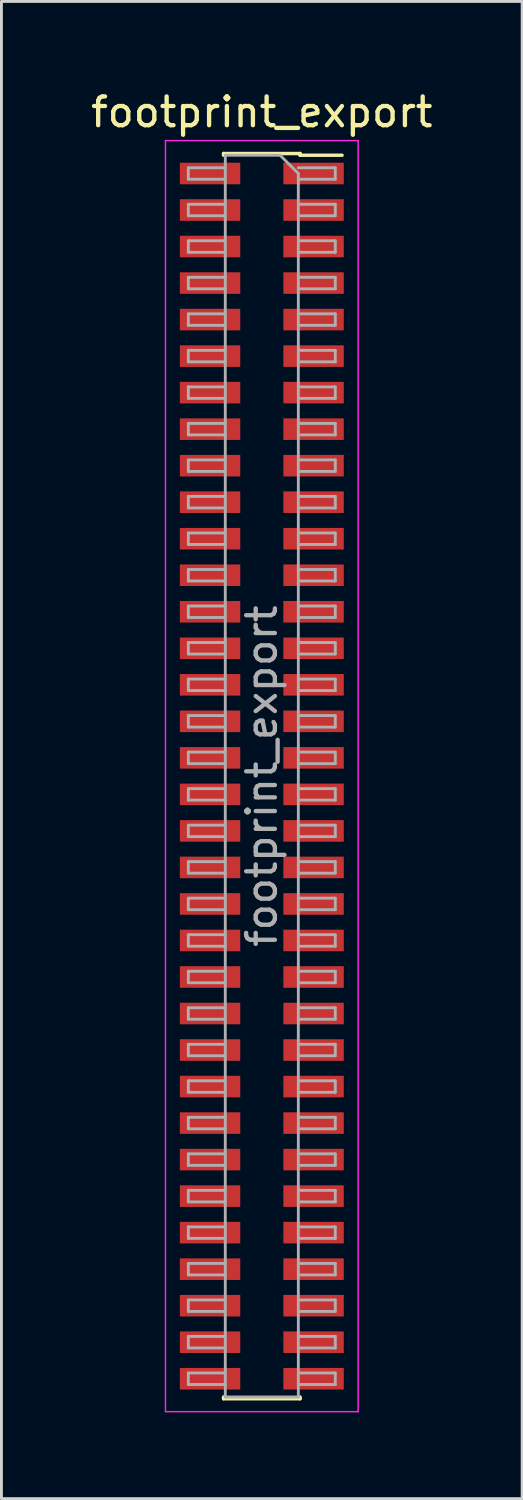
<source format=kicad_pcb>
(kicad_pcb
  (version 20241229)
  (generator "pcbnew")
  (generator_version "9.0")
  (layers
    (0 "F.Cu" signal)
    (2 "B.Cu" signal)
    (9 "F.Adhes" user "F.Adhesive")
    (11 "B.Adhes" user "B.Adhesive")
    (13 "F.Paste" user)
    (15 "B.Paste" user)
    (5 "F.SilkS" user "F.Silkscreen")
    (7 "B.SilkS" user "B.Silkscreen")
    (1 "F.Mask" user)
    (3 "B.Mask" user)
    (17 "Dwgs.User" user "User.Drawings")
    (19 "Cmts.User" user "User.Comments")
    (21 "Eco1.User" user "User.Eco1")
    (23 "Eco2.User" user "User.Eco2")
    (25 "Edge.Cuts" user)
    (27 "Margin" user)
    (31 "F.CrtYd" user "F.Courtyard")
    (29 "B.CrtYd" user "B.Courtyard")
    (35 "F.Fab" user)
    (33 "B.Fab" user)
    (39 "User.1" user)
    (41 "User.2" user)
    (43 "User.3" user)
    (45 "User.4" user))
  (footprint "footprint_export"
    (layer "F.Cu")
    (at 6.054 23.938)
    (property "Reference" "footprint_export" (at 0 -23.09 0) (layer "F.SilkS") (effects (font (size 1 1) (thickness 0.15))))
    (attr smd)
    (fp_line (start -1.33 -21.65) (end -1.33 -21.59) (stroke (width 0.12) (type solid)) (layer "F.SilkS"))
    (fp_line (start -1.33 -21.65) (end 1.33 -21.65) (stroke (width 0.12) (type solid)) (layer "F.SilkS"))
    (fp_line (start -1.33 21.59) (end -1.33 21.65) (stroke (width 0.12) (type solid)) (layer "F.SilkS"))
    (fp_line (start -1.33 21.65) (end 1.33 21.65) (stroke (width 0.12) (type solid)) (layer "F.SilkS"))
    (fp_line (start 1.33 -21.65) (end 1.33 -21.59) (stroke (width 0.12) (type solid)) (layer "F.SilkS"))
    (fp_line (start 1.33 -21.59) (end 2.79 -21.59) (stroke (width 0.12) (type solid)) (layer "F.SilkS"))
    (fp_line (start 1.33 21.59) (end 1.33 21.65) (stroke (width 0.12) (type solid)) (layer "F.SilkS"))
    (fp_line (start -3.35 -22.1) (end 3.35 -22.1) (stroke (width 0.05) (type solid)) (layer "F.CrtYd"))
    (fp_line (start -3.35 22.1) (end -3.35 -22.1) (stroke (width 0.05) (type solid)) (layer "F.CrtYd"))
    (fp_line (start 3.35 -22.1) (end 3.35 22.1) (stroke (width 0.05) (type solid)) (layer "F.CrtYd"))
    (fp_line (start 3.35 22.1) (end -3.35 22.1) (stroke (width 0.05) (type solid)) (layer "F.CrtYd"))
    (fp_line (start -2.555 -21.155) (end -1.27 -21.155) (stroke (width 0.1) (type solid)) (layer "F.Fab"))
    (fp_line (start -2.555 -20.755) (end -2.555 -21.155) (stroke (width 0.1) (type solid)) (layer "F.Fab"))
    (fp_line (start -2.555 -19.885) (end -1.27 -19.885) (stroke (width 0.1) (type solid)) (layer "F.Fab"))
    (fp_line (start -2.555 -19.485) (end -2.555 -19.885) (stroke (width 0.1) (type solid)) (layer "F.Fab"))
    (fp_line (start -2.555 -18.615) (end -1.27 -18.615) (stroke (width 0.1) (type solid)) (layer "F.Fab"))
    (fp_line (start -2.555 -18.215) (end -2.555 -18.615) (stroke (width 0.1) (type solid)) (layer "F.Fab"))
    (fp_line (start -2.555 -17.345) (end -1.27 -17.345) (stroke (width 0.1) (type solid)) (layer "F.Fab"))
    (fp_line (start -2.555 -16.945) (end -2.555 -17.345) (stroke (width 0.1) (type solid)) (layer "F.Fab"))
    (fp_line (start -2.555 -16.075) (end -1.27 -16.075) (stroke (width 0.1) (type solid)) (layer "F.Fab"))
    (fp_line (start -2.555 -15.675) (end -2.555 -16.075) (stroke (width 0.1) (type solid)) (layer "F.Fab"))
    (fp_line (start -2.555 -14.805) (end -1.27 -14.805) (stroke (width 0.1) (type solid)) (layer "F.Fab"))
    (fp_line (start -2.555 -14.405) (end -2.555 -14.805) (stroke (width 0.1) (type solid)) (layer "F.Fab"))
    (fp_line (start -2.555 -13.535) (end -1.27 -13.535) (stroke (width 0.1) (type solid)) (layer "F.Fab"))
    (fp_line (start -2.555 -13.135) (end -2.555 -13.535) (stroke (width 0.1) (type solid)) (layer "F.Fab"))
    (fp_line (start -2.555 -12.265) (end -1.27 -12.265) (stroke (width 0.1) (type solid)) (layer "F.Fab"))
    (fp_line (start -2.555 -11.865) (end -2.555 -12.265) (stroke (width 0.1) (type solid)) (layer "F.Fab"))
    (fp_line (start -2.555 -10.995) (end -1.27 -10.995) (stroke (width 0.1) (type solid)) (layer "F.Fab"))
    (fp_line (start -2.555 -10.595) (end -2.555 -10.995) (stroke (width 0.1) (type solid)) (layer "F.Fab"))
    (fp_line (start -2.555 -9.725) (end -1.27 -9.725) (stroke (width 0.1) (type solid)) (layer "F.Fab"))
    (fp_line (start -2.555 -9.325) (end -2.555 -9.725) (stroke (width 0.1) (type solid)) (layer "F.Fab"))
    (fp_line (start -2.555 -8.455) (end -1.27 -8.455) (stroke (width 0.1) (type solid)) (layer "F.Fab"))
    (fp_line (start -2.555 -8.055) (end -2.555 -8.455) (stroke (width 0.1) (type solid)) (layer "F.Fab"))
    (fp_line (start -2.555 -7.185) (end -1.27 -7.185) (stroke (width 0.1) (type solid)) (layer "F.Fab"))
    (fp_line (start -2.555 -6.785) (end -2.555 -7.185) (stroke (width 0.1) (type solid)) (layer "F.Fab"))
    (fp_line (start -2.555 -5.915) (end -1.27 -5.915) (stroke (width 0.1) (type solid)) (layer "F.Fab"))
    (fp_line (start -2.555 -5.515) (end -2.555 -5.915) (stroke (width 0.1) (type solid)) (layer "F.Fab"))
    (fp_line (start -2.555 -4.645) (end -1.27 -4.645) (stroke (width 0.1) (type solid)) (layer "F.Fab"))
    (fp_line (start -2.555 -4.245) (end -2.555 -4.645) (stroke (width 0.1) (type solid)) (layer "F.Fab"))
    (fp_line (start -2.555 -3.375) (end -1.27 -3.375) (stroke (width 0.1) (type solid)) (layer "F.Fab"))
    (fp_line (start -2.555 -2.975) (end -2.555 -3.375) (stroke (width 0.1) (type solid)) (layer "F.Fab"))
    (fp_line (start -2.555 -2.105) (end -1.27 -2.105) (stroke (width 0.1) (type solid)) (layer "F.Fab"))
    (fp_line (start -2.555 -1.705) (end -2.555 -2.105) (stroke (width 0.1) (type solid)) (layer "F.Fab"))
    (fp_line (start -2.555 -0.835) (end -1.27 -0.835) (stroke (width 0.1) (type solid)) (layer "F.Fab"))
    (fp_line (start -2.555 -0.435) (end -2.555 -0.835) (stroke (width 0.1) (type solid)) (layer "F.Fab"))
    (fp_line (start -2.555 0.435) (end -1.27 0.435) (stroke (width 0.1) (type solid)) (layer "F.Fab"))
    (fp_line (start -2.555 0.835) (end -2.555 0.435) (stroke (width 0.1) (type solid)) (layer "F.Fab"))
    (fp_line (start -2.555 1.705) (end -1.27 1.705) (stroke (width 0.1) (type solid)) (layer "F.Fab"))
    (fp_line (start -2.555 2.105) (end -2.555 1.705) (stroke (width 0.1) (type solid)) (layer "F.Fab"))
    (fp_line (start -2.555 2.975) (end -1.27 2.975) (stroke (width 0.1) (type solid)) (layer "F.Fab"))
    (fp_line (start -2.555 3.375) (end -2.555 2.975) (stroke (width 0.1) (type solid)) (layer "F.Fab"))
    (fp_line (start -2.555 4.245) (end -1.27 4.245) (stroke (width 0.1) (type solid)) (layer "F.Fab"))
    (fp_line (start -2.555 4.645) (end -2.555 4.245) (stroke (width 0.1) (type solid)) (layer "F.Fab"))
    (fp_line (start -2.555 5.515) (end -1.27 5.515) (stroke (width 0.1) (type solid)) (layer "F.Fab"))
    (fp_line (start -2.555 5.915) (end -2.555 5.515) (stroke (width 0.1) (type solid)) (layer "F.Fab"))
    (fp_line (start -2.555 6.785) (end -1.27 6.785) (stroke (width 0.1) (type solid)) (layer "F.Fab"))
    (fp_line (start -2.555 7.185) (end -2.555 6.785) (stroke (width 0.1) (type solid)) (layer "F.Fab"))
    (fp_line (start -2.555 8.055) (end -1.27 8.055) (stroke (width 0.1) (type solid)) (layer "F.Fab"))
    (fp_line (start -2.555 8.455) (end -2.555 8.055) (stroke (width 0.1) (type solid)) (layer "F.Fab"))
    (fp_line (start -2.555 9.325) (end -1.27 9.325) (stroke (width 0.1) (type solid)) (layer "F.Fab"))
    (fp_line (start -2.555 9.725) (end -2.555 9.325) (stroke (width 0.1) (type solid)) (layer "F.Fab"))
    (fp_line (start -2.555 10.595) (end -1.27 10.595) (stroke (width 0.1) (type solid)) (layer "F.Fab"))
    (fp_line (start -2.555 10.995) (end -2.555 10.595) (stroke (width 0.1) (type solid)) (layer "F.Fab"))
    (fp_line (start -2.555 11.865) (end -1.27 11.865) (stroke (width 0.1) (type solid)) (layer "F.Fab"))
    (fp_line (start -2.555 12.265) (end -2.555 11.865) (stroke (width 0.1) (type solid)) (layer "F.Fab"))
    (fp_line (start -2.555 13.135) (end -1.27 13.135) (stroke (width 0.1) (type solid)) (layer "F.Fab"))
    (fp_line (start -2.555 13.535) (end -2.555 13.135) (stroke (width 0.1) (type solid)) (layer "F.Fab"))
    (fp_line (start -2.555 14.405) (end -1.27 14.405) (stroke (width 0.1) (type solid)) (layer "F.Fab"))
    (fp_line (start -2.555 14.805) (end -2.555 14.405) (stroke (width 0.1) (type solid)) (layer "F.Fab"))
    (fp_line (start -2.555 15.675) (end -1.27 15.675) (stroke (width 0.1) (type solid)) (layer "F.Fab"))
    (fp_line (start -2.555 16.075) (end -2.555 15.675) (stroke (width 0.1) (type solid)) (layer "F.Fab"))
    (fp_line (start -2.555 16.945) (end -1.27 16.945) (stroke (width 0.1) (type solid)) (layer "F.Fab"))
    (fp_line (start -2.555 17.345) (end -2.555 16.945) (stroke (width 0.1) (type solid)) (layer "F.Fab"))
    (fp_line (start -2.555 18.215) (end -1.27 18.215) (stroke (width 0.1) (type solid)) (layer "F.Fab"))
    (fp_line (start -2.555 18.615) (end -2.555 18.215) (stroke (width 0.1) (type solid)) (layer "F.Fab"))
    (fp_line (start -2.555 19.485) (end -1.27 19.485) (stroke (width 0.1) (type solid)) (layer "F.Fab"))
    (fp_line (start -2.555 19.885) (end -2.555 19.485) (stroke (width 0.1) (type solid)) (layer "F.Fab"))
    (fp_line (start -2.555 20.755) (end -1.27 20.755) (stroke (width 0.1) (type solid)) (layer "F.Fab"))
    (fp_line (start -2.555 21.155) (end -2.555 20.755) (stroke (width 0.1) (type solid)) (layer "F.Fab"))
    (fp_line (start -1.27 -21.59) (end 0.635 -21.59) (stroke (width 0.1) (type solid)) (layer "F.Fab"))
    (fp_line (start -1.27 -20.755) (end -2.555 -20.755) (stroke (width 0.1) (type solid)) (layer "F.Fab"))
    (fp_line (start -1.27 -19.485) (end -2.555 -19.485) (stroke (width 0.1) (type solid)) (layer "F.Fab"))
    (fp_line (start -1.27 -18.215) (end -2.555 -18.215) (stroke (width 0.1) (type solid)) (layer "F.Fab"))
    (fp_line (start -1.27 -16.945) (end -2.555 -16.945) (stroke (width 0.1) (type solid)) (layer "F.Fab"))
    (fp_line (start -1.27 -15.675) (end -2.555 -15.675) (stroke (width 0.1) (type solid)) (layer "F.Fab"))
    (fp_line (start -1.27 -14.405) (end -2.555 -14.405) (stroke (width 0.1) (type solid)) (layer "F.Fab"))
    (fp_line (start -1.27 -13.135) (end -2.555 -13.135) (stroke (width 0.1) (type solid)) (layer "F.Fab"))
    (fp_line (start -1.27 -11.865) (end -2.555 -11.865) (stroke (width 0.1) (type solid)) (layer "F.Fab"))
    (fp_line (start -1.27 -10.595) (end -2.555 -10.595) (stroke (width 0.1) (type solid)) (layer "F.Fab"))
    (fp_line (start -1.27 -9.325) (end -2.555 -9.325) (stroke (width 0.1) (type solid)) (layer "F.Fab"))
    (fp_line (start -1.27 -8.055) (end -2.555 -8.055) (stroke (width 0.1) (type solid)) (layer "F.Fab"))
    (fp_line (start -1.27 -6.785) (end -2.555 -6.785) (stroke (width 0.1) (type solid)) (layer "F.Fab"))
    (fp_line (start -1.27 -5.515) (end -2.555 -5.515) (stroke (width 0.1) (type solid)) (layer "F.Fab"))
    (fp_line (start -1.27 -4.245) (end -2.555 -4.245) (stroke (width 0.1) (type solid)) (layer "F.Fab"))
    (fp_line (start -1.27 -2.975) (end -2.555 -2.975) (stroke (width 0.1) (type solid)) (layer "F.Fab"))
    (fp_line (start -1.27 -1.705) (end -2.555 -1.705) (stroke (width 0.1) (type solid)) (layer "F.Fab"))
    (fp_line (start -1.27 -0.435) (end -2.555 -0.435) (stroke (width 0.1) (type solid)) (layer "F.Fab"))
    (fp_line (start -1.27 0.835) (end -2.555 0.835) (stroke (width 0.1) (type solid)) (layer "F.Fab"))
    (fp_line (start -1.27 2.105) (end -2.555 2.105) (stroke (width 0.1) (type solid)) (layer "F.Fab"))
    (fp_line (start -1.27 3.375) (end -2.555 3.375) (stroke (width 0.1) (type solid)) (layer "F.Fab"))
    (fp_line (start -1.27 4.645) (end -2.555 4.645) (stroke (width 0.1) (type solid)) (layer "F.Fab"))
    (fp_line (start -1.27 5.915) (end -2.555 5.915) (stroke (width 0.1) (type solid)) (layer "F.Fab"))
    (fp_line (start -1.27 7.185) (end -2.555 7.185) (stroke (width 0.1) (type solid)) (layer "F.Fab"))
    (fp_line (start -1.27 8.455) (end -2.555 8.455) (stroke (width 0.1) (type solid)) (layer "F.Fab"))
    (fp_line (start -1.27 9.725) (end -2.555 9.725) (stroke (width 0.1) (type solid)) (layer "F.Fab"))
    (fp_line (start -1.27 10.995) (end -2.555 10.995) (stroke (width 0.1) (type solid)) (layer "F.Fab"))
    (fp_line (start -1.27 12.265) (end -2.555 12.265) (stroke (width 0.1) (type solid)) (layer "F.Fab"))
    (fp_line (start -1.27 13.535) (end -2.555 13.535) (stroke (width 0.1) (type solid)) (layer "F.Fab"))
    (fp_line (start -1.27 14.805) (end -2.555 14.805) (stroke (width 0.1) (type solid)) (layer "F.Fab"))
    (fp_line (start -1.27 16.075) (end -2.555 16.075) (stroke (width 0.1) (type solid)) (layer "F.Fab"))
    (fp_line (start -1.27 17.345) (end -2.555 17.345) (stroke (width 0.1) (type solid)) (layer "F.Fab"))
    (fp_line (start -1.27 18.615) (end -2.555 18.615) (stroke (width 0.1) (type solid)) (layer "F.Fab"))
    (fp_line (start -1.27 19.885) (end -2.555 19.885) (stroke (width 0.1) (type solid)) (layer "F.Fab"))
    (fp_line (start -1.27 21.155) (end -2.555 21.155) (stroke (width 0.1) (type solid)) (layer "F.Fab"))
    (fp_line (start -1.27 21.59) (end -1.27 -21.59) (stroke (width 0.1) (type solid)) (layer "F.Fab"))
    (fp_line (start 0.635 -21.59) (end 1.27 -20.955) (stroke (width 0.1) (type solid)) (layer "F.Fab"))
    (fp_line (start 1.27 -21.155) (end 2.555 -21.155) (stroke (width 0.1) (type solid)) (layer "F.Fab"))
    (fp_line (start 1.27 -20.955) (end 1.27 21.59) (stroke (width 0.1) (type solid)) (layer "F.Fab"))
    (fp_line (start 1.27 -19.885) (end 2.555 -19.885) (stroke (width 0.1) (type solid)) (layer "F.Fab"))
    (fp_line (start 1.27 -18.615) (end 2.555 -18.615) (stroke (width 0.1) (type solid)) (layer "F.Fab"))
    (fp_line (start 1.27 -17.345) (end 2.555 -17.345) (stroke (width 0.1) (type solid)) (layer "F.Fab"))
    (fp_line (start 1.27 -16.075) (end 2.555 -16.075) (stroke (width 0.1) (type solid)) (layer "F.Fab"))
    (fp_line (start 1.27 -14.805) (end 2.555 -14.805) (stroke (width 0.1) (type solid)) (layer "F.Fab"))
    (fp_line (start 1.27 -13.535) (end 2.555 -13.535) (stroke (width 0.1) (type solid)) (layer "F.Fab"))
    (fp_line (start 1.27 -12.265) (end 2.555 -12.265) (stroke (width 0.1) (type solid)) (layer "F.Fab"))
    (fp_line (start 1.27 -10.995) (end 2.555 -10.995) (stroke (width 0.1) (type solid)) (layer "F.Fab"))
    (fp_line (start 1.27 -9.725) (end 2.555 -9.725) (stroke (width 0.1) (type solid)) (layer "F.Fab"))
    (fp_line (start 1.27 -8.455) (end 2.555 -8.455) (stroke (width 0.1) (type solid)) (layer "F.Fab"))
    (fp_line (start 1.27 -7.185) (end 2.555 -7.185) (stroke (width 0.1) (type solid)) (layer "F.Fab"))
    (fp_line (start 1.27 -5.915) (end 2.555 -5.915) (stroke (width 0.1) (type solid)) (layer "F.Fab"))
    (fp_line (start 1.27 -4.645) (end 2.555 -4.645) (stroke (width 0.1) (type solid)) (layer "F.Fab"))
    (fp_line (start 1.27 -3.375) (end 2.555 -3.375) (stroke (width 0.1) (type solid)) (layer "F.Fab"))
    (fp_line (start 1.27 -2.105) (end 2.555 -2.105) (stroke (width 0.1) (type solid)) (layer "F.Fab"))
    (fp_line (start 1.27 -0.835) (end 2.555 -0.835) (stroke (width 0.1) (type solid)) (layer "F.Fab"))
    (fp_line (start 1.27 0.435) (end 2.555 0.435) (stroke (width 0.1) (type solid)) (layer "F.Fab"))
    (fp_line (start 1.27 1.705) (end 2.555 1.705) (stroke (width 0.1) (type solid)) (layer "F.Fab"))
    (fp_line (start 1.27 2.975) (end 2.555 2.975) (stroke (width 0.1) (type solid)) (layer "F.Fab"))
    (fp_line (start 1.27 4.245) (end 2.555 4.245) (stroke (width 0.1) (type solid)) (layer "F.Fab"))
    (fp_line (start 1.27 5.515) (end 2.555 5.515) (stroke (width 0.1) (type solid)) (layer "F.Fab"))
    (fp_line (start 1.27 6.785) (end 2.555 6.785) (stroke (width 0.1) (type solid)) (layer "F.Fab"))
    (fp_line (start 1.27 8.055) (end 2.555 8.055) (stroke (width 0.1) (type solid)) (layer "F.Fab"))
    (fp_line (start 1.27 9.325) (end 2.555 9.325) (stroke (width 0.1) (type solid)) (layer "F.Fab"))
    (fp_line (start 1.27 10.595) (end 2.555 10.595) (stroke (width 0.1) (type solid)) (layer "F.Fab"))
    (fp_line (start 1.27 11.865) (end 2.555 11.865) (stroke (width 0.1) (type solid)) (layer "F.Fab"))
    (fp_line (start 1.27 13.135) (end 2.555 13.135) (stroke (width 0.1) (type solid)) (layer "F.Fab"))
    (fp_line (start 1.27 14.405) (end 2.555 14.405) (stroke (width 0.1) (type solid)) (layer "F.Fab"))
    (fp_line (start 1.27 15.675) (end 2.555 15.675) (stroke (width 0.1) (type solid)) (layer "F.Fab"))
    (fp_line (start 1.27 16.945) (end 2.555 16.945) (stroke (width 0.1) (type solid)) (layer "F.Fab"))
    (fp_line (start 1.27 18.215) (end 2.555 18.215) (stroke (width 0.1) (type solid)) (layer "F.Fab"))
    (fp_line (start 1.27 19.485) (end 2.555 19.485) (stroke (width 0.1) (type solid)) (layer "F.Fab"))
    (fp_line (start 1.27 20.755) (end 2.555 20.755) (stroke (width 0.1) (type solid)) (layer "F.Fab"))
    (fp_line (start 1.27 21.59) (end -1.27 21.59) (stroke (width 0.1) (type solid)) (layer "F.Fab"))
    (fp_line (start 2.555 -21.155) (end 2.555 -20.755) (stroke (width 0.1) (type solid)) (layer "F.Fab"))
    (fp_line (start 2.555 -20.755) (end 1.27 -20.755) (stroke (width 0.1) (type solid)) (layer "F.Fab"))
    (fp_line (start 2.555 -19.885) (end 2.555 -19.485) (stroke (width 0.1) (type solid)) (layer "F.Fab"))
    (fp_line (start 2.555 -19.485) (end 1.27 -19.485) (stroke (width 0.1) (type solid)) (layer "F.Fab"))
    (fp_line (start 2.555 -18.615) (end 2.555 -18.215) (stroke (width 0.1) (type solid)) (layer "F.Fab"))
    (fp_line (start 2.555 -18.215) (end 1.27 -18.215) (stroke (width 0.1) (type solid)) (layer "F.Fab"))
    (fp_line (start 2.555 -17.345) (end 2.555 -16.945) (stroke (width 0.1) (type solid)) (layer "F.Fab"))
    (fp_line (start 2.555 -16.945) (end 1.27 -16.945) (stroke (width 0.1) (type solid)) (layer "F.Fab"))
    (fp_line (start 2.555 -16.075) (end 2.555 -15.675) (stroke (width 0.1) (type solid)) (layer "F.Fab"))
    (fp_line (start 2.555 -15.675) (end 1.27 -15.675) (stroke (width 0.1) (type solid)) (layer "F.Fab"))
    (fp_line (start 2.555 -14.805) (end 2.555 -14.405) (stroke (width 0.1) (type solid)) (layer "F.Fab"))
    (fp_line (start 2.555 -14.405) (end 1.27 -14.405) (stroke (width 0.1) (type solid)) (layer "F.Fab"))
    (fp_line (start 2.555 -13.535) (end 2.555 -13.135) (stroke (width 0.1) (type solid)) (layer "F.Fab"))
    (fp_line (start 2.555 -13.135) (end 1.27 -13.135) (stroke (width 0.1) (type solid)) (layer "F.Fab"))
    (fp_line (start 2.555 -12.265) (end 2.555 -11.865) (stroke (width 0.1) (type solid)) (layer "F.Fab"))
    (fp_line (start 2.555 -11.865) (end 1.27 -11.865) (stroke (width 0.1) (type solid)) (layer "F.Fab"))
    (fp_line (start 2.555 -10.995) (end 2.555 -10.595) (stroke (width 0.1) (type solid)) (layer "F.Fab"))
    (fp_line (start 2.555 -10.595) (end 1.27 -10.595) (stroke (width 0.1) (type solid)) (layer "F.Fab"))
    (fp_line (start 2.555 -9.725) (end 2.555 -9.325) (stroke (width 0.1) (type solid)) (layer "F.Fab"))
    (fp_line (start 2.555 -9.325) (end 1.27 -9.325) (stroke (width 0.1) (type solid)) (layer "F.Fab"))
    (fp_line (start 2.555 -8.455) (end 2.555 -8.055) (stroke (width 0.1) (type solid)) (layer "F.Fab"))
    (fp_line (start 2.555 -8.055) (end 1.27 -8.055) (stroke (width 0.1) (type solid)) (layer "F.Fab"))
    (fp_line (start 2.555 -7.185) (end 2.555 -6.785) (stroke (width 0.1) (type solid)) (layer "F.Fab"))
    (fp_line (start 2.555 -6.785) (end 1.27 -6.785) (stroke (width 0.1) (type solid)) (layer "F.Fab"))
    (fp_line (start 2.555 -5.915) (end 2.555 -5.515) (stroke (width 0.1) (type solid)) (layer "F.Fab"))
    (fp_line (start 2.555 -5.515) (end 1.27 -5.515) (stroke (width 0.1) (type solid)) (layer "F.Fab"))
    (fp_line (start 2.555 -4.645) (end 2.555 -4.245) (stroke (width 0.1) (type solid)) (layer "F.Fab"))
    (fp_line (start 2.555 -4.245) (end 1.27 -4.245) (stroke (width 0.1) (type solid)) (layer "F.Fab"))
    (fp_line (start 2.555 -3.375) (end 2.555 -2.975) (stroke (width 0.1) (type solid)) (layer "F.Fab"))
    (fp_line (start 2.555 -2.975) (end 1.27 -2.975) (stroke (width 0.1) (type solid)) (layer "F.Fab"))
    (fp_line (start 2.555 -2.105) (end 2.555 -1.705) (stroke (width 0.1) (type solid)) (layer "F.Fab"))
    (fp_line (start 2.555 -1.705) (end 1.27 -1.705) (stroke (width 0.1) (type solid)) (layer "F.Fab"))
    (fp_line (start 2.555 -0.835) (end 2.555 -0.435) (stroke (width 0.1) (type solid)) (layer "F.Fab"))
    (fp_line (start 2.555 -0.435) (end 1.27 -0.435) (stroke (width 0.1) (type solid)) (layer "F.Fab"))
    (fp_line (start 2.555 0.435) (end 2.555 0.835) (stroke (width 0.1) (type solid)) (layer "F.Fab"))
    (fp_line (start 2.555 0.835) (end 1.27 0.835) (stroke (width 0.1) (type solid)) (layer "F.Fab"))
    (fp_line (start 2.555 1.705) (end 2.555 2.105) (stroke (width 0.1) (type solid)) (layer "F.Fab"))
    (fp_line (start 2.555 2.105) (end 1.27 2.105) (stroke (width 0.1) (type solid)) (layer "F.Fab"))
    (fp_line (start 2.555 2.975) (end 2.555 3.375) (stroke (width 0.1) (type solid)) (layer "F.Fab"))
    (fp_line (start 2.555 3.375) (end 1.27 3.375) (stroke (width 0.1) (type solid)) (layer "F.Fab"))
    (fp_line (start 2.555 4.245) (end 2.555 4.645) (stroke (width 0.1) (type solid)) (layer "F.Fab"))
    (fp_line (start 2.555 4.645) (end 1.27 4.645) (stroke (width 0.1) (type solid)) (layer "F.Fab"))
    (fp_line (start 2.555 5.515) (end 2.555 5.915) (stroke (width 0.1) (type solid)) (layer "F.Fab"))
    (fp_line (start 2.555 5.915) (end 1.27 5.915) (stroke (width 0.1) (type solid)) (layer "F.Fab"))
    (fp_line (start 2.555 6.785) (end 2.555 7.185) (stroke (width 0.1) (type solid)) (layer "F.Fab"))
    (fp_line (start 2.555 7.185) (end 1.27 7.185) (stroke (width 0.1) (type solid)) (layer "F.Fab"))
    (fp_line (start 2.555 8.055) (end 2.555 8.455) (stroke (width 0.1) (type solid)) (layer "F.Fab"))
    (fp_line (start 2.555 8.455) (end 1.27 8.455) (stroke (width 0.1) (type solid)) (layer "F.Fab"))
    (fp_line (start 2.555 9.325) (end 2.555 9.725) (stroke (width 0.1) (type solid)) (layer "F.Fab"))
    (fp_line (start 2.555 9.725) (end 1.27 9.725) (stroke (width 0.1) (type solid)) (layer "F.Fab"))
    (fp_line (start 2.555 10.595) (end 2.555 10.995) (stroke (width 0.1) (type solid)) (layer "F.Fab"))
    (fp_line (start 2.555 10.995) (end 1.27 10.995) (stroke (width 0.1) (type solid)) (layer "F.Fab"))
    (fp_line (start 2.555 11.865) (end 2.555 12.265) (stroke (width 0.1) (type solid)) (layer "F.Fab"))
    (fp_line (start 2.555 12.265) (end 1.27 12.265) (stroke (width 0.1) (type solid)) (layer "F.Fab"))
    (fp_line (start 2.555 13.135) (end 2.555 13.535) (stroke (width 0.1) (type solid)) (layer "F.Fab"))
    (fp_line (start 2.555 13.535) (end 1.27 13.535) (stroke (width 0.1) (type solid)) (layer "F.Fab"))
    (fp_line (start 2.555 14.405) (end 2.555 14.805) (stroke (width 0.1) (type solid)) (layer "F.Fab"))
    (fp_line (start 2.555 14.805) (end 1.27 14.805) (stroke (width 0.1) (type solid)) (layer "F.Fab"))
    (fp_line (start 2.555 15.675) (end 2.555 16.075) (stroke (width 0.1) (type solid)) (layer "F.Fab"))
    (fp_line (start 2.555 16.075) (end 1.27 16.075) (stroke (width 0.1) (type solid)) (layer "F.Fab"))
    (fp_line (start 2.555 16.945) (end 2.555 17.345) (stroke (width 0.1) (type solid)) (layer "F.Fab"))
    (fp_line (start 2.555 17.345) (end 1.27 17.345) (stroke (width 0.1) (type solid)) (layer "F.Fab"))
    (fp_line (start 2.555 18.215) (end 2.555 18.615) (stroke (width 0.1) (type solid)) (layer "F.Fab"))
    (fp_line (start 2.555 18.615) (end 1.27 18.615) (stroke (width 0.1) (type solid)) (layer "F.Fab"))
    (fp_line (start 2.555 19.485) (end 2.555 19.885) (stroke (width 0.1) (type solid)) (layer "F.Fab"))
    (fp_line (start 2.555 19.885) (end 1.27 19.885) (stroke (width 0.1) (type solid)) (layer "F.Fab"))
    (fp_line (start 2.555 20.755) (end 2.555 21.155) (stroke (width 0.1) (type solid)) (layer "F.Fab"))
    (fp_line (start 2.555 21.155) (end 1.27 21.155) (stroke (width 0.1) (type solid)) (layer "F.Fab"))
    (fp_text user "${REFERENCE}" (at 0 0 90) (layer "F.Fab") (effects (font (size 1 1) (thickness 0.15))))
    (pad "1" smd rect (at 1.8 -20.955) (size 2.1 0.75) (layers "F.Cu" "F.Mask" "F.Paste"))
    (pad "2" smd rect (at -1.8 -20.955) (size 2.1 0.75) (layers "F.Cu" "F.Mask" "F.Paste"))
    (pad "3" smd rect (at 1.8 -19.685) (size 2.1 0.75) (layers "F.Cu" "F.Mask" "F.Paste"))
    (pad "4" smd rect (at -1.8 -19.685) (size 2.1 0.75) (layers "F.Cu" "F.Mask" "F.Paste"))
    (pad "5" smd rect (at 1.8 -18.415) (size 2.1 0.75) (layers "F.Cu" "F.Mask" "F.Paste"))
    (pad "6" smd rect (at -1.8 -18.415) (size 2.1 0.75) (layers "F.Cu" "F.Mask" "F.Paste"))
    (pad "7" smd rect (at 1.8 -17.145) (size 2.1 0.75) (layers "F.Cu" "F.Mask" "F.Paste"))
    (pad "8" smd rect (at -1.8 -17.145) (size 2.1 0.75) (layers "F.Cu" "F.Mask" "F.Paste"))
    (pad "9" smd rect (at 1.8 -15.875) (size 2.1 0.75) (layers "F.Cu" "F.Mask" "F.Paste"))
    (pad "10" smd rect (at -1.8 -15.875) (size 2.1 0.75) (layers "F.Cu" "F.Mask" "F.Paste"))
    (pad "11" smd rect (at 1.8 -14.605) (size 2.1 0.75) (layers "F.Cu" "F.Mask" "F.Paste"))
    (pad "12" smd rect (at -1.8 -14.605) (size 2.1 0.75) (layers "F.Cu" "F.Mask" "F.Paste"))
    (pad "13" smd rect (at 1.8 -13.335) (size 2.1 0.75) (layers "F.Cu" "F.Mask" "F.Paste"))
    (pad "14" smd rect (at -1.8 -13.335) (size 2.1 0.75) (layers "F.Cu" "F.Mask" "F.Paste"))
    (pad "15" smd rect (at 1.8 -12.065) (size 2.1 0.75) (layers "F.Cu" "F.Mask" "F.Paste"))
    (pad "16" smd rect (at -1.8 -12.065) (size 2.1 0.75) (layers "F.Cu" "F.Mask" "F.Paste"))
    (pad "17" smd rect (at 1.8 -10.795) (size 2.1 0.75) (layers "F.Cu" "F.Mask" "F.Paste"))
    (pad "18" smd rect (at -1.8 -10.795) (size 2.1 0.75) (layers "F.Cu" "F.Mask" "F.Paste"))
    (pad "19" smd rect (at 1.8 -9.525) (size 2.1 0.75) (layers "F.Cu" "F.Mask" "F.Paste"))
    (pad "20" smd rect (at -1.8 -9.525) (size 2.1 0.75) (layers "F.Cu" "F.Mask" "F.Paste"))
    (pad "21" smd rect (at 1.8 -8.255) (size 2.1 0.75) (layers "F.Cu" "F.Mask" "F.Paste"))
    (pad "22" smd rect (at -1.8 -8.255) (size 2.1 0.75) (layers "F.Cu" "F.Mask" "F.Paste"))
    (pad "23" smd rect (at 1.8 -6.985) (size 2.1 0.75) (layers "F.Cu" "F.Mask" "F.Paste"))
    (pad "24" smd rect (at -1.8 -6.985) (size 2.1 0.75) (layers "F.Cu" "F.Mask" "F.Paste"))
    (pad "25" smd rect (at 1.8 -5.715) (size 2.1 0.75) (layers "F.Cu" "F.Mask" "F.Paste"))
    (pad "26" smd rect (at -1.8 -5.715) (size 2.1 0.75) (layers "F.Cu" "F.Mask" "F.Paste"))
    (pad "27" smd rect (at 1.8 -4.445) (size 2.1 0.75) (layers "F.Cu" "F.Mask" "F.Paste"))
    (pad "28" smd rect (at -1.8 -4.445) (size 2.1 0.75) (layers "F.Cu" "F.Mask" "F.Paste"))
    (pad "29" smd rect (at 1.8 -3.175) (size 2.1 0.75) (layers "F.Cu" "F.Mask" "F.Paste"))
    (pad "30" smd rect (at -1.8 -3.175) (size 2.1 0.75) (layers "F.Cu" "F.Mask" "F.Paste"))
    (pad "31" smd rect (at 1.8 -1.905) (size 2.1 0.75) (layers "F.Cu" "F.Mask" "F.Paste"))
    (pad "32" smd rect (at -1.8 -1.905) (size 2.1 0.75) (layers "F.Cu" "F.Mask" "F.Paste"))
    (pad "33" smd rect (at 1.8 -0.635) (size 2.1 0.75) (layers "F.Cu" "F.Mask" "F.Paste"))
    (pad "34" smd rect (at -1.8 -0.635) (size 2.1 0.75) (layers "F.Cu" "F.Mask" "F.Paste"))
    (pad "35" smd rect (at 1.8 0.635) (size 2.1 0.75) (layers "F.Cu" "F.Mask" "F.Paste"))
    (pad "36" smd rect (at -1.8 0.635) (size 2.1 0.75) (layers "F.Cu" "F.Mask" "F.Paste"))
    (pad "37" smd rect (at 1.8 1.905) (size 2.1 0.75) (layers "F.Cu" "F.Mask" "F.Paste"))
    (pad "38" smd rect (at -1.8 1.905) (size 2.1 0.75) (layers "F.Cu" "F.Mask" "F.Paste"))
    (pad "39" smd rect (at 1.8 3.175) (size 2.1 0.75) (layers "F.Cu" "F.Mask" "F.Paste"))
    (pad "40" smd rect (at -1.8 3.175) (size 2.1 0.75) (layers "F.Cu" "F.Mask" "F.Paste"))
    (pad "41" smd rect (at 1.8 4.445) (size 2.1 0.75) (layers "F.Cu" "F.Mask" "F.Paste"))
    (pad "42" smd rect (at -1.8 4.445) (size 2.1 0.75) (layers "F.Cu" "F.Mask" "F.Paste"))
    (pad "43" smd rect (at 1.8 5.715) (size 2.1 0.75) (layers "F.Cu" "F.Mask" "F.Paste"))
    (pad "44" smd rect (at -1.8 5.715) (size 2.1 0.75) (layers "F.Cu" "F.Mask" "F.Paste"))
    (pad "45" smd rect (at 1.8 6.985) (size 2.1 0.75) (layers "F.Cu" "F.Mask" "F.Paste"))
    (pad "46" smd rect (at -1.8 6.985) (size 2.1 0.75) (layers "F.Cu" "F.Mask" "F.Paste"))
    (pad "47" smd rect (at 1.8 8.255) (size 2.1 0.75) (layers "F.Cu" "F.Mask" "F.Paste"))
    (pad "48" smd rect (at -1.8 8.255) (size 2.1 0.75) (layers "F.Cu" "F.Mask" "F.Paste"))
    (pad "49" smd rect (at 1.8 9.525) (size 2.1 0.75) (layers "F.Cu" "F.Mask" "F.Paste"))
    (pad "50" smd rect (at -1.8 9.525) (size 2.1 0.75) (layers "F.Cu" "F.Mask" "F.Paste"))
    (pad "51" smd rect (at 1.8 10.795) (size 2.1 0.75) (layers "F.Cu" "F.Mask" "F.Paste"))
    (pad "52" smd rect (at -1.8 10.795) (size 2.1 0.75) (layers "F.Cu" "F.Mask" "F.Paste"))
    (pad "53" smd rect (at 1.8 12.065) (size 2.1 0.75) (layers "F.Cu" "F.Mask" "F.Paste"))
    (pad "54" smd rect (at -1.8 12.065) (size 2.1 0.75) (layers "F.Cu" "F.Mask" "F.Paste"))
    (pad "55" smd rect (at 1.8 13.335) (size 2.1 0.75) (layers "F.Cu" "F.Mask" "F.Paste"))
    (pad "56" smd rect (at -1.8 13.335) (size 2.1 0.75) (layers "F.Cu" "F.Mask" "F.Paste"))
    (pad "57" smd rect (at 1.8 14.605) (size 2.1 0.75) (layers "F.Cu" "F.Mask" "F.Paste"))
    (pad "58" smd rect (at -1.8 14.605) (size 2.1 0.75) (layers "F.Cu" "F.Mask" "F.Paste"))
    (pad "59" smd rect (at 1.8 15.875) (size 2.1 0.75) (layers "F.Cu" "F.Mask" "F.Paste"))
    (pad "60" smd rect (at -1.8 15.875) (size 2.1 0.75) (layers "F.Cu" "F.Mask" "F.Paste"))
    (pad "61" smd rect (at 1.8 17.145) (size 2.1 0.75) (layers "F.Cu" "F.Mask" "F.Paste"))
    (pad "62" smd rect (at -1.8 17.145) (size 2.1 0.75) (layers "F.Cu" "F.Mask" "F.Paste"))
    (pad "63" smd rect (at 1.8 18.415) (size 2.1 0.75) (layers "F.Cu" "F.Mask" "F.Paste"))
    (pad "64" smd rect (at -1.8 18.415) (size 2.1 0.75) (layers "F.Cu" "F.Mask" "F.Paste"))
    (pad "65" smd rect (at 1.8 19.685) (size 2.1 0.75) (layers "F.Cu" "F.Mask" "F.Paste"))
    (pad "66" smd rect (at -1.8 19.685) (size 2.1 0.75) (layers "F.Cu" "F.Mask" "F.Paste"))
    (pad "67" smd rect (at 1.8 20.955) (size 2.1 0.75) (layers "F.Cu" "F.Mask" "F.Paste"))
    (pad "68" smd rect (at -1.8 20.955) (size 2.1 0.75) (layers "F.Cu" "F.Mask" "F.Paste")))
  (gr_rect
    (start -3 -3)
    (end 15.107 49.063)
    (stroke (width 0.1) (type default))
    (fill no)
    (layer "Edge.Cuts")))
</source>
